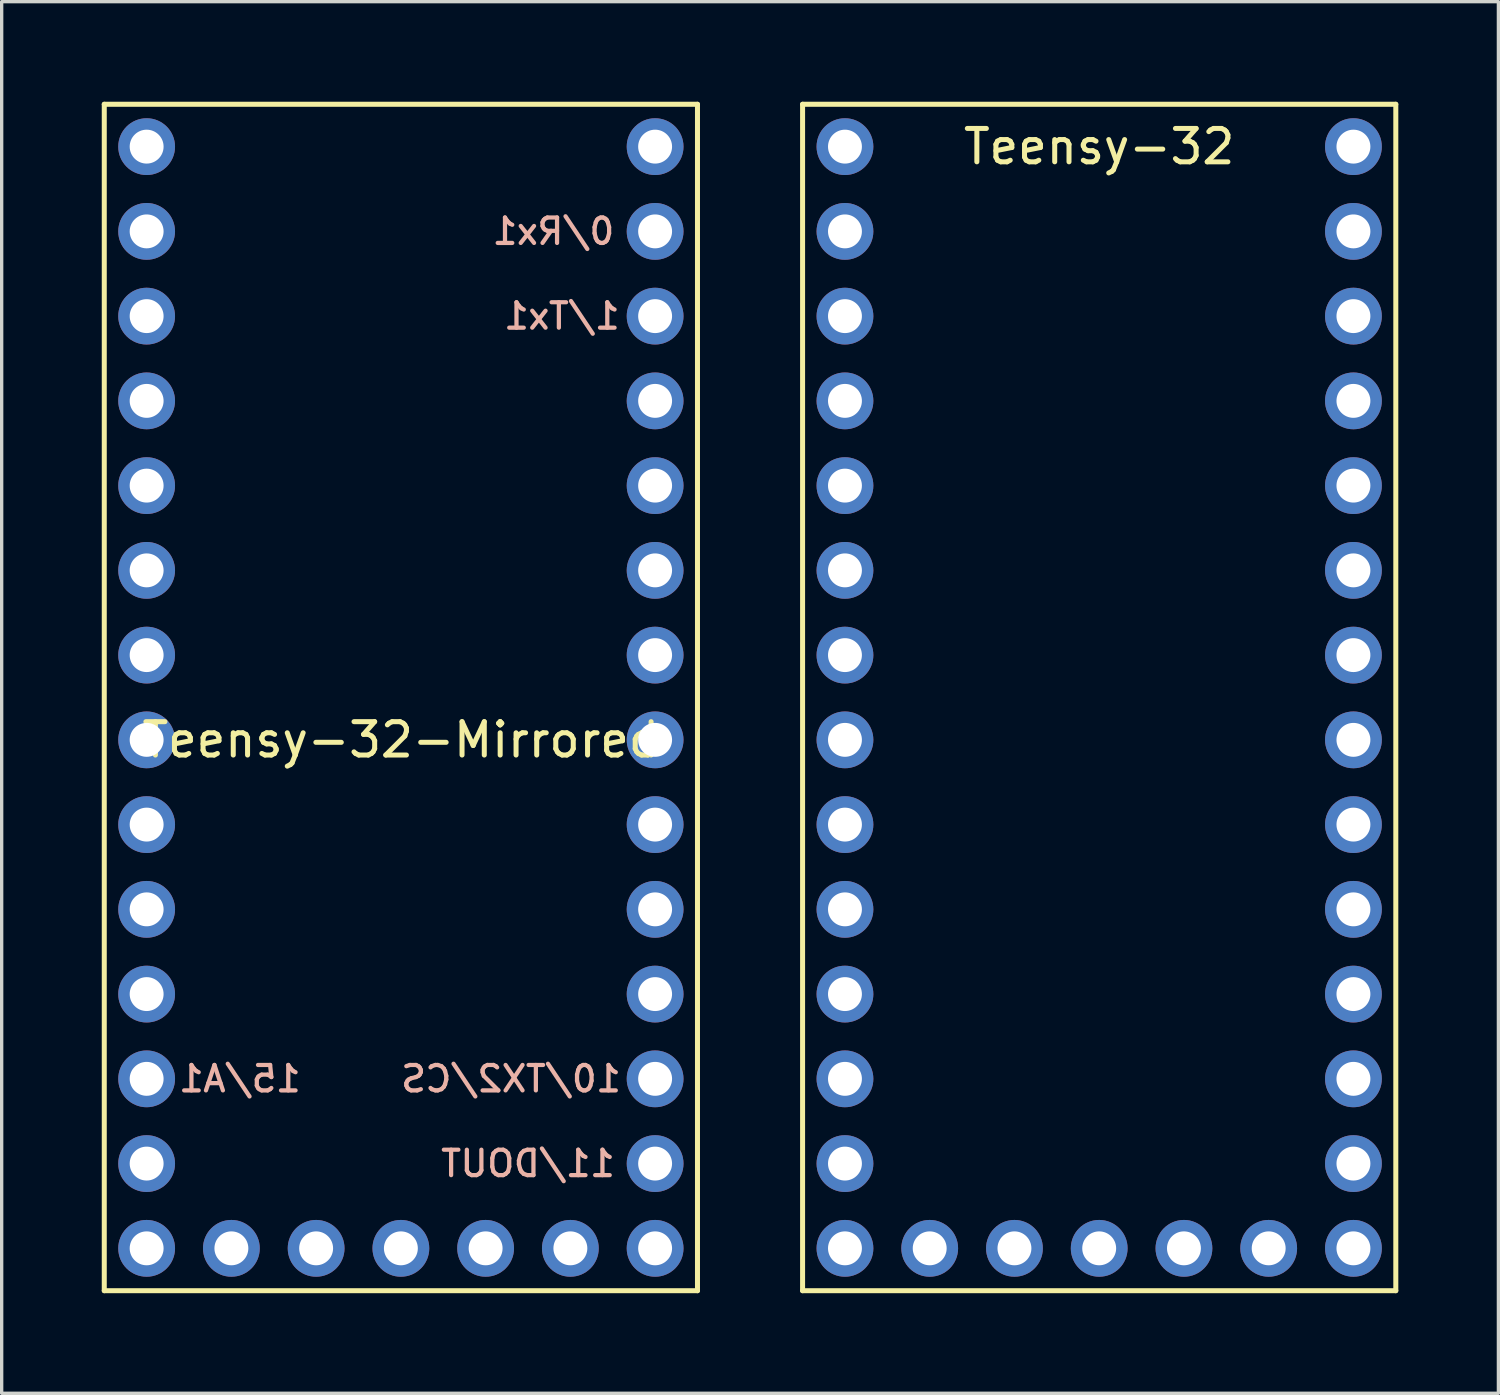
<source format=kicad_pcb>
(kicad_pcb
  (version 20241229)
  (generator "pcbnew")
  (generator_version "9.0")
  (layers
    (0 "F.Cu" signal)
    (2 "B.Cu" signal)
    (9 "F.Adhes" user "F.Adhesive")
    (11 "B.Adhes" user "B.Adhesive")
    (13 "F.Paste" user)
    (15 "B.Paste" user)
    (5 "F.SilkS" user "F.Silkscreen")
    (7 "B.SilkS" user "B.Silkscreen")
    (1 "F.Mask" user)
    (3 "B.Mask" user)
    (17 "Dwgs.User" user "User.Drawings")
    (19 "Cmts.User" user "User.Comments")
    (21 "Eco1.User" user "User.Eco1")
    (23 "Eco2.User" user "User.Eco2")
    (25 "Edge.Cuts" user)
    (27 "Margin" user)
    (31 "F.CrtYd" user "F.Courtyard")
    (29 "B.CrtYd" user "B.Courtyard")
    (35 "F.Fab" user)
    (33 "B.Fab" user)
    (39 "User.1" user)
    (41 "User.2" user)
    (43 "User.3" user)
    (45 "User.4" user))
  (footprint "Teensy-32-Mirrored"
    (layer "F.Cu")
    (at 8.965 16.585)
    (property "Reference" "Teensy-32-Mirrored" (at 0 2.54 0) (layer "F.SilkS") (effects (font (size 1 1) (thickness 0.15))))
    (attr through_hole)
    (fp_line (start -8.89 -16.51) (end 8.89 -16.51) (stroke (width 0.15) (type solid)) (layer "F.SilkS"))
    (fp_line (start -8.89 19.05) (end -8.89 -16.51) (stroke (width 0.15) (type solid)) (layer "F.SilkS"))
    (fp_line (start 8.89 -16.51) (end 8.89 19.05) (stroke (width 0.15) (type solid)) (layer "F.SilkS"))
    (fp_line (start 8.89 19.05) (end -8.89 19.05) (stroke (width 0.15) (type solid)) (layer "F.SilkS"))
    (fp_text user "1/Tx1" (at 4.826 -10.16 0) (layer "B.SilkS") (effects (font (size 0.762 0.762) (thickness 0.127)) (justify mirror)))
    (fp_text user "10/TX2/CS" (at 3.302 12.7 0) (layer "B.SilkS") (effects (font (size 0.762 0.762) (thickness 0.127)) (justify mirror)))
    (fp_text user "0/Rx1" (at 4.572 -12.7 0) (layer "B.SilkS") (effects (font (size 0.762 0.762) (thickness 0.127)) (justify mirror)))
    (fp_text user "15/A1" (at -4.826 12.7 0) (layer "B.SilkS") (effects (font (size 0.762 0.762) (thickness 0.127)) (justify mirror)))
    (fp_text user "11/DOUT" (at 3.81 15.24 0) (layer "B.SilkS") (effects (font (size 0.762 0.762) (thickness 0.127)) (justify mirror)))
    (pad "0" thru_hole circle (at 7.62 -12.7) (size 1.702 1.702) (drill 1.016) (layers "*.Cu" "*.Mask"))
    (pad "1" thru_hole circle (at 7.62 -10.16) (size 1.702 1.702) (drill 1.016) (layers "*.Cu" "*.Mask"))
    (pad "2" thru_hole circle (at 7.62 -7.62) (size 1.702 1.702) (drill 1.016) (layers "*.Cu" "*.Mask"))
    (pad "3" thru_hole circle (at 7.62 -5.08) (size 1.702 1.702) (drill 1.016) (layers "*.Cu" "*.Mask"))
    (pad "4" thru_hole circle (at 7.62 -2.54) (size 1.702 1.702) (drill 1.016) (layers "*.Cu" "*.Mask"))
    (pad "5" thru_hole circle (at 7.62 0) (size 1.702 1.702) (drill 1.016) (layers "*.Cu" "*.Mask"))
    (pad "6" thru_hole circle (at 7.62 2.54) (size 1.702 1.702) (drill 1.016) (layers "*.Cu" "*.Mask"))
    (pad "7" thru_hole circle (at 7.62 5.08) (size 1.702 1.702) (drill 1.016) (layers "*.Cu" "*.Mask"))
    (pad "8" thru_hole circle (at 7.62 7.62) (size 1.702 1.702) (drill 1.016) (layers "*.Cu" "*.Mask"))
    (pad "9" thru_hole circle (at 7.62 10.16) (size 1.702 1.702) (drill 1.016) (layers "*.Cu" "*.Mask"))
    (pad "10" thru_hole circle (at 7.62 12.7) (size 1.702 1.702) (drill 1.016) (layers "*.Cu" "*.Mask"))
    (pad "11" thru_hole circle (at 7.62 15.24) (size 1.702 1.702) (drill 1.016) (layers "*.Cu" "*.Mask"))
    (pad "12" thru_hole circle (at 7.62 17.78) (size 1.702 1.702) (drill 1.016) (layers "*.Cu" "*.Mask"))
    (pad "13" thru_hole circle (at -7.62 17.78) (size 1.702 1.702) (drill 1.016) (layers "*.Cu" "*.Mask"))
    (pad "14" thru_hole circle (at -7.62 15.24) (size 1.702 1.702) (drill 1.016) (layers "*.Cu" "*.Mask"))
    (pad "15" thru_hole circle (at -7.62 12.7) (size 1.702 1.702) (drill 1.016) (layers "*.Cu" "*.Mask"))
    (pad "16" thru_hole circle (at -7.62 10.16) (size 1.702 1.702) (drill 1.016) (layers "*.Cu" "*.Mask"))
    (pad "17" thru_hole circle (at -7.62 7.62) (size 1.702 1.702) (drill 1.016) (layers "*.Cu" "*.Mask"))
    (pad "18" thru_hole circle (at -7.62 5.08) (size 1.702 1.702) (drill 1.016) (layers "*.Cu" "*.Mask"))
    (pad "19" thru_hole circle (at -7.62 2.54) (size 1.702 1.702) (drill 1.016) (layers "*.Cu" "*.Mask"))
    (pad "20" thru_hole circle (at -7.62 0) (size 1.702 1.702) (drill 1.016) (layers "*.Cu" "*.Mask"))
    (pad "21" thru_hole circle (at -7.62 -2.54) (size 1.702 1.702) (drill 1.016) (layers "*.Cu" "*.Mask"))
    (pad "22" thru_hole circle (at -7.62 -5.08) (size 1.702 1.702) (drill 1.016) (layers "*.Cu" "*.Mask"))
    (pad "23" thru_hole circle (at -7.62 -7.62) (size 1.702 1.702) (drill 1.016) (layers "*.Cu" "*.Mask"))
    (pad "24" thru_hole circle (at -7.62 -10.16) (size 1.702 1.702) (drill 1.016) (layers "*.Cu" "*.Mask"))
    (pad "25" thru_hole circle (at -7.62 -12.7) (size 1.702 1.702) (drill 1.016) (layers "*.Cu" "*.Mask"))
    (pad "26" thru_hole circle (at -7.62 -15.24) (size 1.702 1.702) (drill 1.016) (layers "*.Cu" "*.Mask"))
    (pad "27" thru_hole circle (at 7.62 -15.24) (size 1.702 1.702) (drill 1.016) (layers "*.Cu" "*.Mask"))
    (pad "28" thru_hole circle (at 5.08 17.78) (size 1.702 1.702) (drill 1.016) (layers "*.Cu" "*.Mask"))
    (pad "29" thru_hole circle (at 2.54 17.78) (size 1.702 1.702) (drill 1.016) (layers "*.Cu" "*.Mask"))
    (pad "30" thru_hole circle (at 0 17.78) (size 1.702 1.702) (drill 1.016) (layers "*.Cu" "*.Mask"))
    (pad "31" thru_hole circle (at -2.54 17.78) (size 1.702 1.702) (drill 1.016) (layers "*.Cu" "*.Mask"))
    (pad "32" thru_hole circle (at -5.08 17.78) (size 1.702 1.702) (drill 1.016) (layers "*.Cu" "*.Mask")))
  (footprint "Teensy-32"
    (layer "F.Cu")
    (at 29.895 16.585)
    (property "Reference" "Teensy-32" (at 0 -15.24 0) (layer "F.SilkS") (effects (font (size 1 1) (thickness 0.15))))
    (attr through_hole)
    (fp_line (start -8.89 -16.51) (end 8.89 -16.51) (stroke (width 0.15) (type solid)) (layer "F.SilkS"))
    (fp_line (start -8.89 19.05) (end -8.89 -16.51) (stroke (width 0.15) (type solid)) (layer "F.SilkS"))
    (fp_line (start 8.89 -16.51) (end 8.89 19.05) (stroke (width 0.15) (type solid)) (layer "F.SilkS"))
    (fp_line (start 8.89 19.05) (end -8.89 19.05) (stroke (width 0.15) (type solid)) (layer "F.SilkS"))
    (pad "0" thru_hole circle (at -7.62 -12.7) (size 1.702 1.702) (drill 1.016) (layers "*.Cu" "*.Mask"))
    (pad "1" thru_hole circle (at -7.62 -10.16) (size 1.702 1.702) (drill 1.016) (layers "*.Cu" "*.Mask"))
    (pad "2" thru_hole circle (at -7.62 -7.62) (size 1.702 1.702) (drill 1.016) (layers "*.Cu" "*.Mask"))
    (pad "3" thru_hole circle (at -7.62 -5.08) (size 1.702 1.702) (drill 1.016) (layers "*.Cu" "*.Mask"))
    (pad "4" thru_hole circle (at -7.62 -2.54) (size 1.702 1.702) (drill 1.016) (layers "*.Cu" "*.Mask"))
    (pad "5" thru_hole circle (at -7.62 0) (size 1.702 1.702) (drill 1.016) (layers "*.Cu" "*.Mask"))
    (pad "6" thru_hole circle (at -7.62 2.54) (size 1.702 1.702) (drill 1.016) (layers "*.Cu" "*.Mask"))
    (pad "7" thru_hole circle (at -7.62 5.08) (size 1.702 1.702) (drill 1.016) (layers "*.Cu" "*.Mask"))
    (pad "8" thru_hole circle (at -7.62 7.62) (size 1.702 1.702) (drill 1.016) (layers "*.Cu" "*.Mask"))
    (pad "9" thru_hole circle (at -7.62 10.16) (size 1.702 1.702) (drill 1.016) (layers "*.Cu" "*.Mask"))
    (pad "10" thru_hole circle (at -7.62 12.7) (size 1.702 1.702) (drill 1.016) (layers "*.Cu" "*.Mask"))
    (pad "11" thru_hole circle (at -7.62 15.24) (size 1.702 1.702) (drill 1.016) (layers "*.Cu" "*.Mask"))
    (pad "12" thru_hole circle (at -7.62 17.78) (size 1.702 1.702) (drill 1.016) (layers "*.Cu" "*.Mask"))
    (pad "13" thru_hole circle (at 7.62 17.78) (size 1.702 1.702) (drill 1.016) (layers "*.Cu" "*.Mask"))
    (pad "14" thru_hole circle (at 7.62 15.24) (size 1.702 1.702) (drill 1.016) (layers "*.Cu" "*.Mask"))
    (pad "15" thru_hole circle (at 7.62 12.7) (size 1.702 1.702) (drill 1.016) (layers "*.Cu" "*.Mask"))
    (pad "16" thru_hole circle (at 7.62 10.16) (size 1.702 1.702) (drill 1.016) (layers "*.Cu" "*.Mask"))
    (pad "17" thru_hole circle (at 7.62 7.62) (size 1.702 1.702) (drill 1.016) (layers "*.Cu" "*.Mask"))
    (pad "18" thru_hole circle (at 7.62 5.08) (size 1.702 1.702) (drill 1.016) (layers "*.Cu" "*.Mask"))
    (pad "19" thru_hole circle (at 7.62 2.54) (size 1.702 1.702) (drill 1.016) (layers "*.Cu" "*.Mask"))
    (pad "20" thru_hole circle (at 7.62 0) (size 1.702 1.702) (drill 1.016) (layers "*.Cu" "*.Mask"))
    (pad "21" thru_hole circle (at 7.62 -2.54) (size 1.702 1.702) (drill 1.016) (layers "*.Cu" "*.Mask"))
    (pad "22" thru_hole circle (at 7.62 -5.08) (size 1.702 1.702) (drill 1.016) (layers "*.Cu" "*.Mask"))
    (pad "23" thru_hole circle (at 7.62 -7.62) (size 1.702 1.702) (drill 1.016) (layers "*.Cu" "*.Mask"))
    (pad "24" thru_hole circle (at 7.62 -10.16) (size 1.702 1.702) (drill 1.016) (layers "*.Cu" "*.Mask"))
    (pad "25" thru_hole circle (at 7.62 -12.7) (size 1.702 1.702) (drill 1.016) (layers "*.Cu" "*.Mask"))
    (pad "26" thru_hole circle (at 7.62 -15.24) (size 1.702 1.702) (drill 1.016) (layers "*.Cu" "*.Mask"))
    (pad "27" thru_hole circle (at -7.62 -15.24) (size 1.702 1.702) (drill 1.016) (layers "*.Cu" "*.Mask"))
    (pad "28" thru_hole circle (at -5.08 17.78) (size 1.702 1.702) (drill 1.016) (layers "*.Cu" "*.Mask"))
    (pad "29" thru_hole circle (at -2.54 17.78) (size 1.702 1.702) (drill 1.016) (layers "*.Cu" "*.Mask"))
    (pad "30" thru_hole circle (at 0 17.78) (size 1.702 1.702) (drill 1.016) (layers "*.Cu" "*.Mask"))
    (pad "31" thru_hole circle (at 2.54 17.78) (size 1.702 1.702) (drill 1.016) (layers "*.Cu" "*.Mask"))
    (pad "32" thru_hole circle (at 5.08 17.78) (size 1.702 1.702) (drill 1.016) (layers "*.Cu" "*.Mask")))
  (gr_rect
    (start -3 -3)
    (end 41.86 38.71)
    (stroke (width 0.1) (type default))
    (fill no)
    (layer "Edge.Cuts")))
</source>
